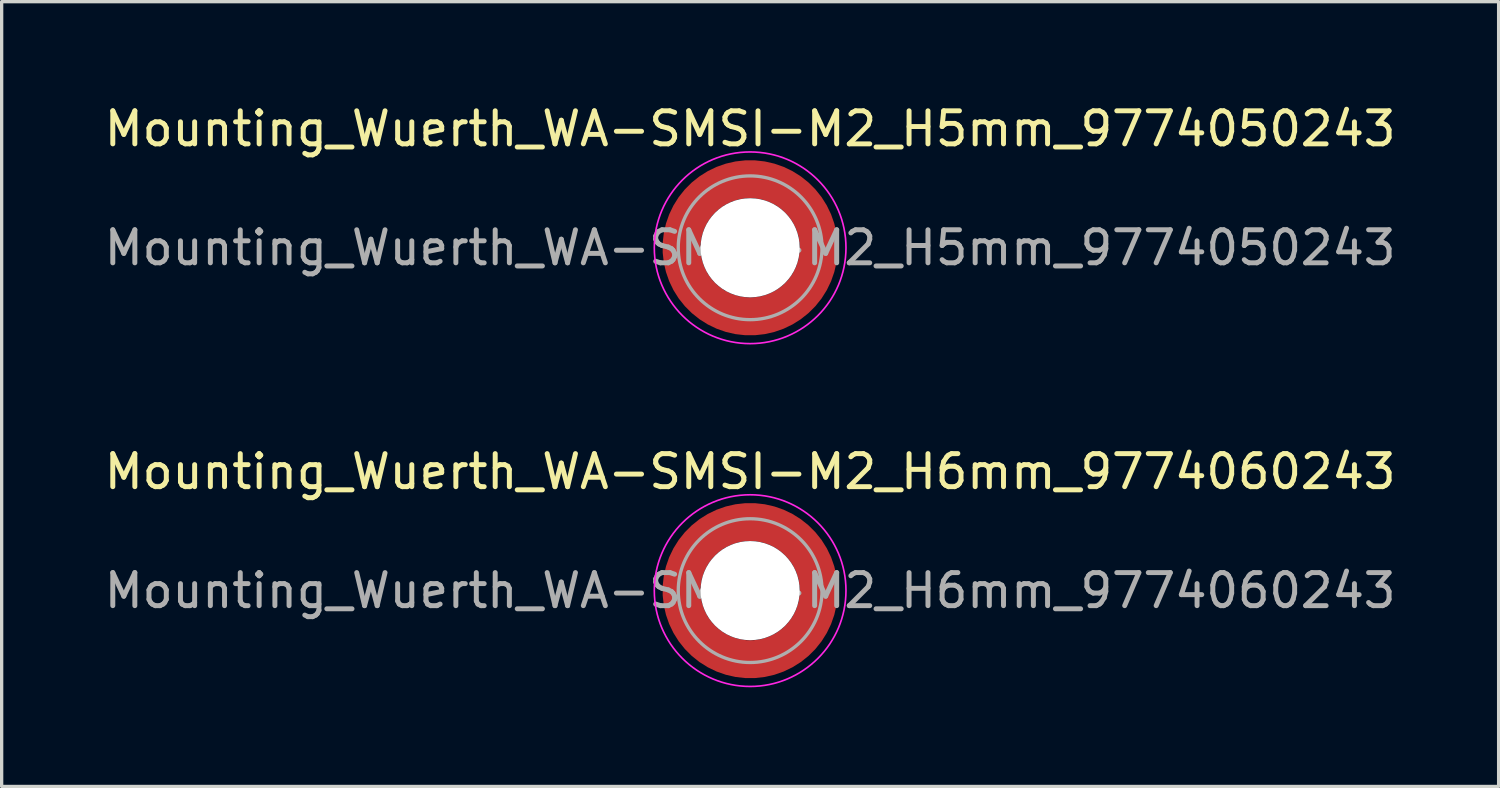
<source format=kicad_pcb>
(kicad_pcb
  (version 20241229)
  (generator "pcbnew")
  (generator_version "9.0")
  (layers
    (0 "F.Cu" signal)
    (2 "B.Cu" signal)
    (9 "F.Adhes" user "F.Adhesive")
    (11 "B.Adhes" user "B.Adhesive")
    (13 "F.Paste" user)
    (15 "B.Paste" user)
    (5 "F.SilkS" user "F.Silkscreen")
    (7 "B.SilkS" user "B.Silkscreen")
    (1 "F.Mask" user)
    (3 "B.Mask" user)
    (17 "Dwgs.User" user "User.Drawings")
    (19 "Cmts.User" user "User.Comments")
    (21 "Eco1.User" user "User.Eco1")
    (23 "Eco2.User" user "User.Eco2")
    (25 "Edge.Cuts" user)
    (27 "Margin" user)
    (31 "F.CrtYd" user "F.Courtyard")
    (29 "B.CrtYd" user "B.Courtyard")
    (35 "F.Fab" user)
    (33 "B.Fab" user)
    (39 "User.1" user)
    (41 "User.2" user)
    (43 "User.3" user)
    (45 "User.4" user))
  (footprint "Mounting_Wuerth_WA-SMSI-M2_H6mm_9774060243"
    (layer "F.Cu")
    (at 19.649 14.822)
    (property "Reference" "Mounting_Wuerth_WA-SMSI-M2_H6mm_9774060243" (at 0 -3.6 0) (layer "F.SilkS") (effects (font (size 1 1) (thickness 0.15))))
    (attr smd allow_soldermask_bridges)
    (fp_circle (center 0 0) (end 2.9 0) (stroke (width 0.05) (type solid)) (fill no) (layer "F.CrtYd"))
    (fp_circle (center 0 0) (end 2.175 0) (stroke (width 0.1) (type solid)) (fill no) (layer "F.Fab"))
    (fp_text user "${REFERENCE}" (at 0 0 0) (layer "F.Fab") (effects (font (size 1 1) (thickness 0.15))))
    (pad "" smd custom (at -1.453 -1.453) (size 0.505 0.505) (layers "F.Paste") (options (anchor circle)) (primitives (gr_arc (start -0.147677 1.053104) (mid 0.286378 0.286378) (end 1.053104 -0.147677) (width 0.2)) (gr_arc (start -0.240295 1.053104) (mid 0.222739 0.222739) (end 1.053104 -0.240295) (width 0.2)) (gr_arc (start -0.332645 1.053104) (mid 0.159099 0.159099) (end 1.053104 -0.332645) (width 0.2)) (gr_arc (start -0.424767 1.053104) (mid 0.095459 0.095459) (end 1.053104 -0.424767) (width 0.2)) (gr_arc (start -0.516693 1.053104) (mid 0.03182 0.03182) (end 1.053104 -0.516693) (width 0.2)) (gr_arc (start -0.608448 1.053104) (mid -0.03182 -0.03182) (end 1.053104 -0.608448) (width 0.2)) (gr_arc (start -0.700056 1.053104) (mid -0.095459 -0.095459) (end 1.053104 -0.700056) (width 0.2)) (gr_arc (start -0.791534 1.053104) (mid -0.159099 -0.159099) (end 1.053104 -0.791534) (width 0.2)) (gr_arc (start -0.882896 1.053104) (mid -0.222739 -0.222739) (end 1.053104 -0.882896) (width 0.2)) (gr_arc (start -0.974157 1.053104) (mid -0.286378 -0.286378) (end 1.053104 -0.974157) (width 0.2)) (gr_line (start 1.053 -0.148) (end 1.053 -0.974) (width 0.2)) (gr_line (start -0.148 1.053) (end -0.974 1.053) (width 0.2))))
    (pad "" smd custom (at -1.453 1.453) (size 0.505 0.505) (layers "F.Paste") (options (anchor circle)) (primitives (gr_arc (start 1.053104 0.147677) (mid 0.286378 -0.286378) (end -0.147677 -1.053104) (width 0.2)) (gr_arc (start 1.053104 0.240295) (mid 0.222739 -0.222739) (end -0.240295 -1.053104) (width 0.2)) (gr_arc (start 1.053104 0.332645) (mid 0.159099 -0.159099) (end -0.332645 -1.053104) (width 0.2)) (gr_arc (start 1.053104 0.424767) (mid 0.095459 -0.095459) (end -0.424767 -1.053104) (width 0.2)) (gr_arc (start 1.053104 0.516693) (mid 0.03182 -0.03182) (end -0.516693 -1.053104) (width 0.2)) (gr_arc (start 1.053104 0.608448) (mid -0.03182 0.03182) (end -0.608448 -1.053104) (width 0.2)) (gr_arc (start 1.053104 0.700056) (mid -0.095459 0.095459) (end -0.700056 -1.053104) (width 0.2)) (gr_arc (start 1.053104 0.791534) (mid -0.159099 0.159099) (end -0.791534 -1.053104) (width 0.2)) (gr_arc (start 1.053104 0.882896) (mid -0.222739 0.222739) (end -0.882896 -1.053104) (width 0.2)) (gr_arc (start 1.053104 0.974157) (mid -0.286378 0.286378) (end -0.974157 -1.053104) (width 0.2)) (gr_line (start -0.148 -1.053) (end -0.974 -1.053) (width 0.2)) (gr_line (start 1.053 0.148) (end 1.053 0.974) (width 0.2))))
    (pad "" np_thru_hole circle (at 0 0) (size 3 3) (drill 3) (layers "*.Cu" "*.Mask"))
    (pad "" smd custom (at 1.453 -1.453) (size 0.505 0.505) (layers "F.Paste") (options (anchor circle)) (primitives (gr_arc (start -1.053104 -0.147677) (mid -0.286378 0.286378) (end 0.147677 1.053104) (width 0.2)) (gr_arc (start -1.053104 -0.240295) (mid -0.222739 0.222739) (end 0.240295 1.053104) (width 0.2)) (gr_arc (start -1.053104 -0.332645) (mid -0.159099 0.159099) (end 0.332645 1.053104) (width 0.2)) (gr_arc (start -1.053104 -0.424767) (mid -0.095459 0.095459) (end 0.424767 1.053104) (width 0.2)) (gr_arc (start -1.053104 -0.516693) (mid -0.03182 0.03182) (end 0.516693 1.053104) (width 0.2)) (gr_arc (start -1.053104 -0.608448) (mid 0.03182 -0.03182) (end 0.608448 1.053104) (width 0.2)) (gr_arc (start -1.053104 -0.700056) (mid 0.095459 -0.095459) (end 0.700056 1.053104) (width 0.2)) (gr_arc (start -1.053104 -0.791534) (mid 0.159099 -0.159099) (end 0.791534 1.053104) (width 0.2)) (gr_arc (start -1.053104 -0.882896) (mid 0.222739 -0.222739) (end 0.882896 1.053104) (width 0.2)) (gr_arc (start -1.053104 -0.974157) (mid 0.286378 -0.286378) (end 0.974157 1.053104) (width 0.2)) (gr_line (start 0.148 1.053) (end 0.974 1.053) (width 0.2)) (gr_line (start -1.053 -0.148) (end -1.053 -0.974) (width 0.2))))
    (pad "" smd custom (at 1.453 1.453) (size 0.505 0.505) (layers "F.Paste") (options (anchor circle)) (primitives (gr_arc (start 0.147677 -1.053104) (mid -0.286378 -0.286378) (end -1.053104 0.147677) (width 0.2)) (gr_arc (start 0.240295 -1.053104) (mid -0.222739 -0.222739) (end -1.053104 0.240295) (width 0.2)) (gr_arc (start 0.332645 -1.053104) (mid -0.159099 -0.159099) (end -1.053104 0.332645) (width 0.2)) (gr_arc (start 0.424767 -1.053104) (mid -0.095459 -0.095459) (end -1.053104 0.424767) (width 0.2)) (gr_arc (start 0.516693 -1.053104) (mid -0.03182 -0.03182) (end -1.053104 0.516693) (width 0.2)) (gr_arc (start 0.608448 -1.053104) (mid 0.03182 0.03182) (end -1.053104 0.608448) (width 0.2)) (gr_arc (start 0.700056 -1.053104) (mid 0.095459 0.095459) (end -1.053104 0.700056) (width 0.2)) (gr_arc (start 0.791534 -1.053104) (mid 0.159099 0.159099) (end -1.053104 0.791534) (width 0.2)) (gr_arc (start 0.882896 -1.053104) (mid 0.222739 0.222739) (end -1.053104 0.882896) (width 0.2)) (gr_arc (start 0.974157 -1.053104) (mid 0.286378 0.286378) (end -1.053104 0.974157) (width 0.2)) (gr_line (start -1.053 0.148) (end -1.053 0.974) (width 0.2)) (gr_line (start 0.148 -1.053) (end 0.974 -1.053) (width 0.2))))
    (pad "1" smd circle (at -2.075 0) (size 0.642 0.642) (layers "F.Cu"))
    (pad "1" smd circle (at 0 -2.075) (size 0.642 0.642) (layers "F.Cu"))
    (pad "1" smd circle (at 0 2.075) (size 0.642 0.642) (layers "F.Cu"))
    (pad "1" smd custom (at 2.075 0) (size 1.15 1.15) (layers "F.Cu" "F.Mask") (options (anchor circle)) (primitives (gr_circle (center -2.075 0) (end 0 0) (width 1.15) (fill no)))))
  (footprint "Mounting_Wuerth_WA-SMSI-M2_H5mm_9774050243"
    (layer "F.Cu")
    (at 19.649 4.448)
    (property "Reference" "Mounting_Wuerth_WA-SMSI-M2_H5mm_9774050243" (at 0 -3.6 0) (layer "F.SilkS") (effects (font (size 1 1) (thickness 0.15))))
    (attr smd allow_soldermask_bridges)
    (fp_circle (center 0 0) (end 2.9 0) (stroke (width 0.05) (type solid)) (fill no) (layer "F.CrtYd"))
    (fp_circle (center 0 0) (end 2.175 0) (stroke (width 0.1) (type solid)) (fill no) (layer "F.Fab"))
    (fp_text user "${REFERENCE}" (at 0 0 0) (layer "F.Fab") (effects (font (size 1 1) (thickness 0.15))))
    (pad "" smd custom (at -1.453 -1.453) (size 0.505 0.505) (layers "F.Paste") (options (anchor circle)) (primitives (gr_arc (start -0.147677 1.053104) (mid 0.286378 0.286378) (end 1.053104 -0.147677) (width 0.2)) (gr_arc (start -0.240295 1.053104) (mid 0.222739 0.222739) (end 1.053104 -0.240295) (width 0.2)) (gr_arc (start -0.332645 1.053104) (mid 0.159099 0.159099) (end 1.053104 -0.332645) (width 0.2)) (gr_arc (start -0.424767 1.053104) (mid 0.095459 0.095459) (end 1.053104 -0.424767) (width 0.2)) (gr_arc (start -0.516693 1.053104) (mid 0.03182 0.03182) (end 1.053104 -0.516693) (width 0.2)) (gr_arc (start -0.608448 1.053104) (mid -0.03182 -0.03182) (end 1.053104 -0.608448) (width 0.2)) (gr_arc (start -0.700056 1.053104) (mid -0.095459 -0.095459) (end 1.053104 -0.700056) (width 0.2)) (gr_arc (start -0.791534 1.053104) (mid -0.159099 -0.159099) (end 1.053104 -0.791534) (width 0.2)) (gr_arc (start -0.882896 1.053104) (mid -0.222739 -0.222739) (end 1.053104 -0.882896) (width 0.2)) (gr_arc (start -0.974157 1.053104) (mid -0.286378 -0.286378) (end 1.053104 -0.974157) (width 0.2)) (gr_line (start 1.053 -0.148) (end 1.053 -0.974) (width 0.2)) (gr_line (start -0.148 1.053) (end -0.974 1.053) (width 0.2))))
    (pad "" smd custom (at -1.453 1.453) (size 0.505 0.505) (layers "F.Paste") (options (anchor circle)) (primitives (gr_arc (start 1.053104 0.147677) (mid 0.286378 -0.286378) (end -0.147677 -1.053104) (width 0.2)) (gr_arc (start 1.053104 0.240295) (mid 0.222739 -0.222739) (end -0.240295 -1.053104) (width 0.2)) (gr_arc (start 1.053104 0.332645) (mid 0.159099 -0.159099) (end -0.332645 -1.053104) (width 0.2)) (gr_arc (start 1.053104 0.424767) (mid 0.095459 -0.095459) (end -0.424767 -1.053104) (width 0.2)) (gr_arc (start 1.053104 0.516693) (mid 0.03182 -0.03182) (end -0.516693 -1.053104) (width 0.2)) (gr_arc (start 1.053104 0.608448) (mid -0.03182 0.03182) (end -0.608448 -1.053104) (width 0.2)) (gr_arc (start 1.053104 0.700056) (mid -0.095459 0.095459) (end -0.700056 -1.053104) (width 0.2)) (gr_arc (start 1.053104 0.791534) (mid -0.159099 0.159099) (end -0.791534 -1.053104) (width 0.2)) (gr_arc (start 1.053104 0.882896) (mid -0.222739 0.222739) (end -0.882896 -1.053104) (width 0.2)) (gr_arc (start 1.053104 0.974157) (mid -0.286378 0.286378) (end -0.974157 -1.053104) (width 0.2)) (gr_line (start -0.148 -1.053) (end -0.974 -1.053) (width 0.2)) (gr_line (start 1.053 0.148) (end 1.053 0.974) (width 0.2))))
    (pad "" np_thru_hole circle (at 0 0) (size 3 3) (drill 3) (layers "*.Cu" "*.Mask"))
    (pad "" smd custom (at 1.453 -1.453) (size 0.505 0.505) (layers "F.Paste") (options (anchor circle)) (primitives (gr_arc (start -1.053104 -0.147677) (mid -0.286378 0.286378) (end 0.147677 1.053104) (width 0.2)) (gr_arc (start -1.053104 -0.240295) (mid -0.222739 0.222739) (end 0.240295 1.053104) (width 0.2)) (gr_arc (start -1.053104 -0.332645) (mid -0.159099 0.159099) (end 0.332645 1.053104) (width 0.2)) (gr_arc (start -1.053104 -0.424767) (mid -0.095459 0.095459) (end 0.424767 1.053104) (width 0.2)) (gr_arc (start -1.053104 -0.516693) (mid -0.03182 0.03182) (end 0.516693 1.053104) (width 0.2)) (gr_arc (start -1.053104 -0.608448) (mid 0.03182 -0.03182) (end 0.608448 1.053104) (width 0.2)) (gr_arc (start -1.053104 -0.700056) (mid 0.095459 -0.095459) (end 0.700056 1.053104) (width 0.2)) (gr_arc (start -1.053104 -0.791534) (mid 0.159099 -0.159099) (end 0.791534 1.053104) (width 0.2)) (gr_arc (start -1.053104 -0.882896) (mid 0.222739 -0.222739) (end 0.882896 1.053104) (width 0.2)) (gr_arc (start -1.053104 -0.974157) (mid 0.286378 -0.286378) (end 0.974157 1.053104) (width 0.2)) (gr_line (start 0.148 1.053) (end 0.974 1.053) (width 0.2)) (gr_line (start -1.053 -0.148) (end -1.053 -0.974) (width 0.2))))
    (pad "" smd custom (at 1.453 1.453) (size 0.505 0.505) (layers "F.Paste") (options (anchor circle)) (primitives (gr_arc (start 0.147677 -1.053104) (mid -0.286378 -0.286378) (end -1.053104 0.147677) (width 0.2)) (gr_arc (start 0.240295 -1.053104) (mid -0.222739 -0.222739) (end -1.053104 0.240295) (width 0.2)) (gr_arc (start 0.332645 -1.053104) (mid -0.159099 -0.159099) (end -1.053104 0.332645) (width 0.2)) (gr_arc (start 0.424767 -1.053104) (mid -0.095459 -0.095459) (end -1.053104 0.424767) (width 0.2)) (gr_arc (start 0.516693 -1.053104) (mid -0.03182 -0.03182) (end -1.053104 0.516693) (width 0.2)) (gr_arc (start 0.608448 -1.053104) (mid 0.03182 0.03182) (end -1.053104 0.608448) (width 0.2)) (gr_arc (start 0.700056 -1.053104) (mid 0.095459 0.095459) (end -1.053104 0.700056) (width 0.2)) (gr_arc (start 0.791534 -1.053104) (mid 0.159099 0.159099) (end -1.053104 0.791534) (width 0.2)) (gr_arc (start 0.882896 -1.053104) (mid 0.222739 0.222739) (end -1.053104 0.882896) (width 0.2)) (gr_arc (start 0.974157 -1.053104) (mid 0.286378 0.286378) (end -1.053104 0.974157) (width 0.2)) (gr_line (start -1.053 0.148) (end -1.053 0.974) (width 0.2)) (gr_line (start 0.148 -1.053) (end 0.974 -1.053) (width 0.2))))
    (pad "1" smd circle (at -2.075 0) (size 0.642 0.642) (layers "F.Cu"))
    (pad "1" smd circle (at 0 -2.075) (size 0.642 0.642) (layers "F.Cu"))
    (pad "1" smd circle (at 0 2.075) (size 0.642 0.642) (layers "F.Cu"))
    (pad "1" smd custom (at 2.075 0) (size 1.15 1.15) (layers "F.Cu" "F.Mask") (options (anchor circle)) (primitives (gr_circle (center -2.075 0) (end 0 0) (width 1.15) (fill no)))))
  (gr_rect
    (start -3 -3)
    (end 42.298 20.747)
    (stroke (width 0.1) (type default))
    (fill no)
    (layer "Edge.Cuts")))
</source>
